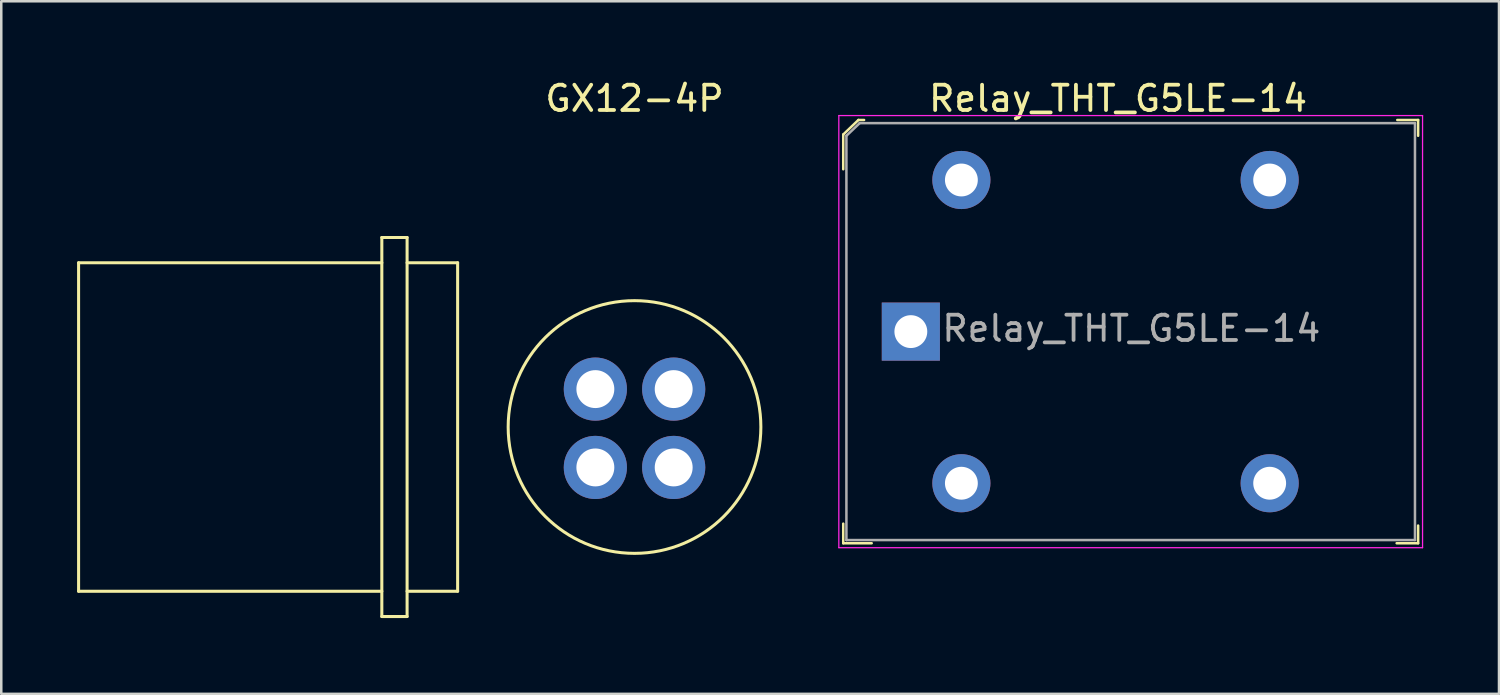
<source format=kicad_pcb>
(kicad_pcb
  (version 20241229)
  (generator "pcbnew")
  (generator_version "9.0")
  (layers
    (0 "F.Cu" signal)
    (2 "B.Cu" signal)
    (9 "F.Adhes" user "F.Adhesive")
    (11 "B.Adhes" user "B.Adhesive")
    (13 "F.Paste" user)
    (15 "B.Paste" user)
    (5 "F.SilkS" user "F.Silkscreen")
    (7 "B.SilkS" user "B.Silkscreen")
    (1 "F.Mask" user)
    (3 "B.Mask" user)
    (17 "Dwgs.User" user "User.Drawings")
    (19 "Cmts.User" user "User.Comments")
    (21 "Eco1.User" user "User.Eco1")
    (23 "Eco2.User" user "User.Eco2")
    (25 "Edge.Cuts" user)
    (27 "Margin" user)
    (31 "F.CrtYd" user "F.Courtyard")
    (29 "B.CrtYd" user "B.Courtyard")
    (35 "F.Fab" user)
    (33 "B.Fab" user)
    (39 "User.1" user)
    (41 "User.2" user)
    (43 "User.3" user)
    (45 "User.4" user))
  (footprint "Relay_THT_G5LE-14"
    (layer "F.Cu")
    (at 32.995 10.073)
    (property "Reference" "Relay_THT_G5LE-14" (at 8.2 -9.225 0) (layer "F.SilkS") (effects (font (size 1 1) (thickness 0.15))))
    (attr through_hole)
    (fp_line (start -2.675 -7.8) (end -2.675 -6.425) (stroke (width 0.1) (type solid)) (layer "F.SilkS"))
    (fp_line (start -2.675 8.375) (end -2.675 7.6) (stroke (width 0.1) (type solid)) (layer "F.SilkS"))
    (fp_line (start -2.075 -8.375) (end -2.675 -7.8) (stroke (width 0.1) (type solid)) (layer "F.SilkS"))
    (fp_line (start -1.85 -8.375) (end -2.075 -8.375) (stroke (width 0.1) (type solid)) (layer "F.SilkS"))
    (fp_line (start -1.55 8.375) (end -2.675 8.375) (stroke (width 0.1) (type solid)) (layer "F.SilkS"))
    (fp_line (start 19.25 -8.375) (end 20.075 -8.375) (stroke (width 0.1) (type solid)) (layer "F.SilkS"))
    (fp_line (start 20.075 -8.375) (end 20.075 -7.75) (stroke (width 0.1) (type solid)) (layer "F.SilkS"))
    (fp_line (start 20.075 7.675) (end 20.075 8.375) (stroke (width 0.1) (type solid)) (layer "F.SilkS"))
    (fp_line (start 20.075 8.375) (end 19.225 8.375) (stroke (width 0.1) (type solid)) (layer "F.SilkS"))
    (fp_line (start -2.85 -8.55) (end -2.85 8.55) (stroke (width 0.05) (type solid)) (layer "F.CrtYd"))
    (fp_line (start -2.85 -8.55) (end 20.25 -8.55) (stroke (width 0.05) (type solid)) (layer "F.CrtYd"))
    (fp_line (start 20.25 -8.55) (end 20.25 8.55) (stroke (width 0.05) (type solid)) (layer "F.CrtYd"))
    (fp_line (start 20.25 8.55) (end -2.85 8.55) (stroke (width 0.05) (type solid)) (layer "F.CrtYd"))
    (fp_line (start -2.55 -7.75) (end -2.55 8.25) (stroke (width 0.1) (type solid)) (layer "F.Fab"))
    (fp_line (start -2.55 8.25) (end 19.95 8.25) (stroke (width 0.1) (type solid)) (layer "F.Fab"))
    (fp_line (start -2.025 -8.25) (end -2.55 -7.75) (stroke (width 0.1) (type solid)) (layer "F.Fab"))
    (fp_line (start -2.025 -8.25) (end 19.95 -8.25) (stroke (width 0.1) (type solid)) (layer "F.Fab"))
    (fp_line (start 19.95 -8.25) (end 19.95 8.25) (stroke (width 0.1) (type solid)) (layer "F.Fab"))
    (fp_text user "${REFERENCE}" (at 8.725 -0.125 0) (layer "F.Fab") (effects (font (size 1 1) (thickness 0.15))))
    (pad "1" thru_hole rect (at 0 0) (size 2.3 2.3) (drill 1.3) (layers "*.Cu" "*.Mask"))
    (pad "2" thru_hole circle (at 2 6) (size 2.3 2.3) (drill 1.3) (layers "*.Cu" "*.Mask"))
    (pad "3" thru_hole circle (at 14.2 6) (size 2.3 2.3) (drill 1.3) (layers "*.Cu" "*.Mask"))
    (pad "4" thru_hole circle (at 14.2 -6) (size 2.3 2.3) (drill 1.3) (layers "*.Cu" "*.Mask"))
    (pad "5" thru_hole circle (at 2 -6) (size 2.3 2.3) (drill 1.3) (layers "*.Cu" "*.Mask")))
  (footprint "GX12-4P"
    (layer "F.Cu")
    (at 22.06 13.848)
    (property "Reference" "GX12-4P" (at 0 -13 0) (layer "F.SilkS") (effects (font (size 1 1) (thickness 0.15))))
    (attr through_hole)
    (fp_line (start -22 -6.5) (end -10 -6.5) (stroke (width 0.12) (type solid)) (layer "F.SilkS"))
    (fp_line (start -22 6.5) (end -22 -6.5) (stroke (width 0.12) (type solid)) (layer "F.SilkS"))
    (fp_line (start -10 -7.5) (end -9 -7.5) (stroke (width 0.12) (type solid)) (layer "F.SilkS"))
    (fp_line (start -10 6.5) (end -22 6.5) (stroke (width 0.12) (type solid)) (layer "F.SilkS"))
    (fp_line (start -10 7.5) (end -10 -7.5) (stroke (width 0.12) (type solid)) (layer "F.SilkS"))
    (fp_line (start -9 -7.5) (end -9 7.5) (stroke (width 0.12) (type solid)) (layer "F.SilkS"))
    (fp_line (start -9 -6.5) (end -7 -6.5) (stroke (width 0.12) (type solid)) (layer "F.SilkS"))
    (fp_line (start -9 7.5) (end -10 7.5) (stroke (width 0.12) (type solid)) (layer "F.SilkS"))
    (fp_line (start -7 -6.5) (end -7 6.5) (stroke (width 0.12) (type solid)) (layer "F.SilkS"))
    (fp_line (start -7 6.5) (end -9 6.5) (stroke (width 0.12) (type solid)) (layer "F.SilkS"))
    (fp_circle (center 0 0) (end 0 -5) (stroke (width 0.12) (type solid)) (fill no) (layer "F.SilkS"))
    (pad "1" thru_hole circle (at -1.55 -1.5) (size 2.5 2.5) (drill 1.5) (layers "*.Cu" "*.Mask"))
    (pad "2" thru_hole circle (at 1.55 -1.5) (size 2.5 2.5) (drill 1.5) (layers "*.Cu" "*.Mask"))
    (pad "3" thru_hole circle (at 1.55 1.6) (size 2.5 2.5) (drill 1.5) (layers "*.Cu" "*.Mask"))
    (pad "4" thru_hole circle (at -1.55 1.6) (size 2.5 2.5) (drill 1.5) (layers "*.Cu" "*.Mask")))
  (gr_rect
    (start -3 -3)
    (end 56.27 24.408)
    (stroke (width 0.1) (type default))
    (fill no)
    (layer "Edge.Cuts")))
</source>
